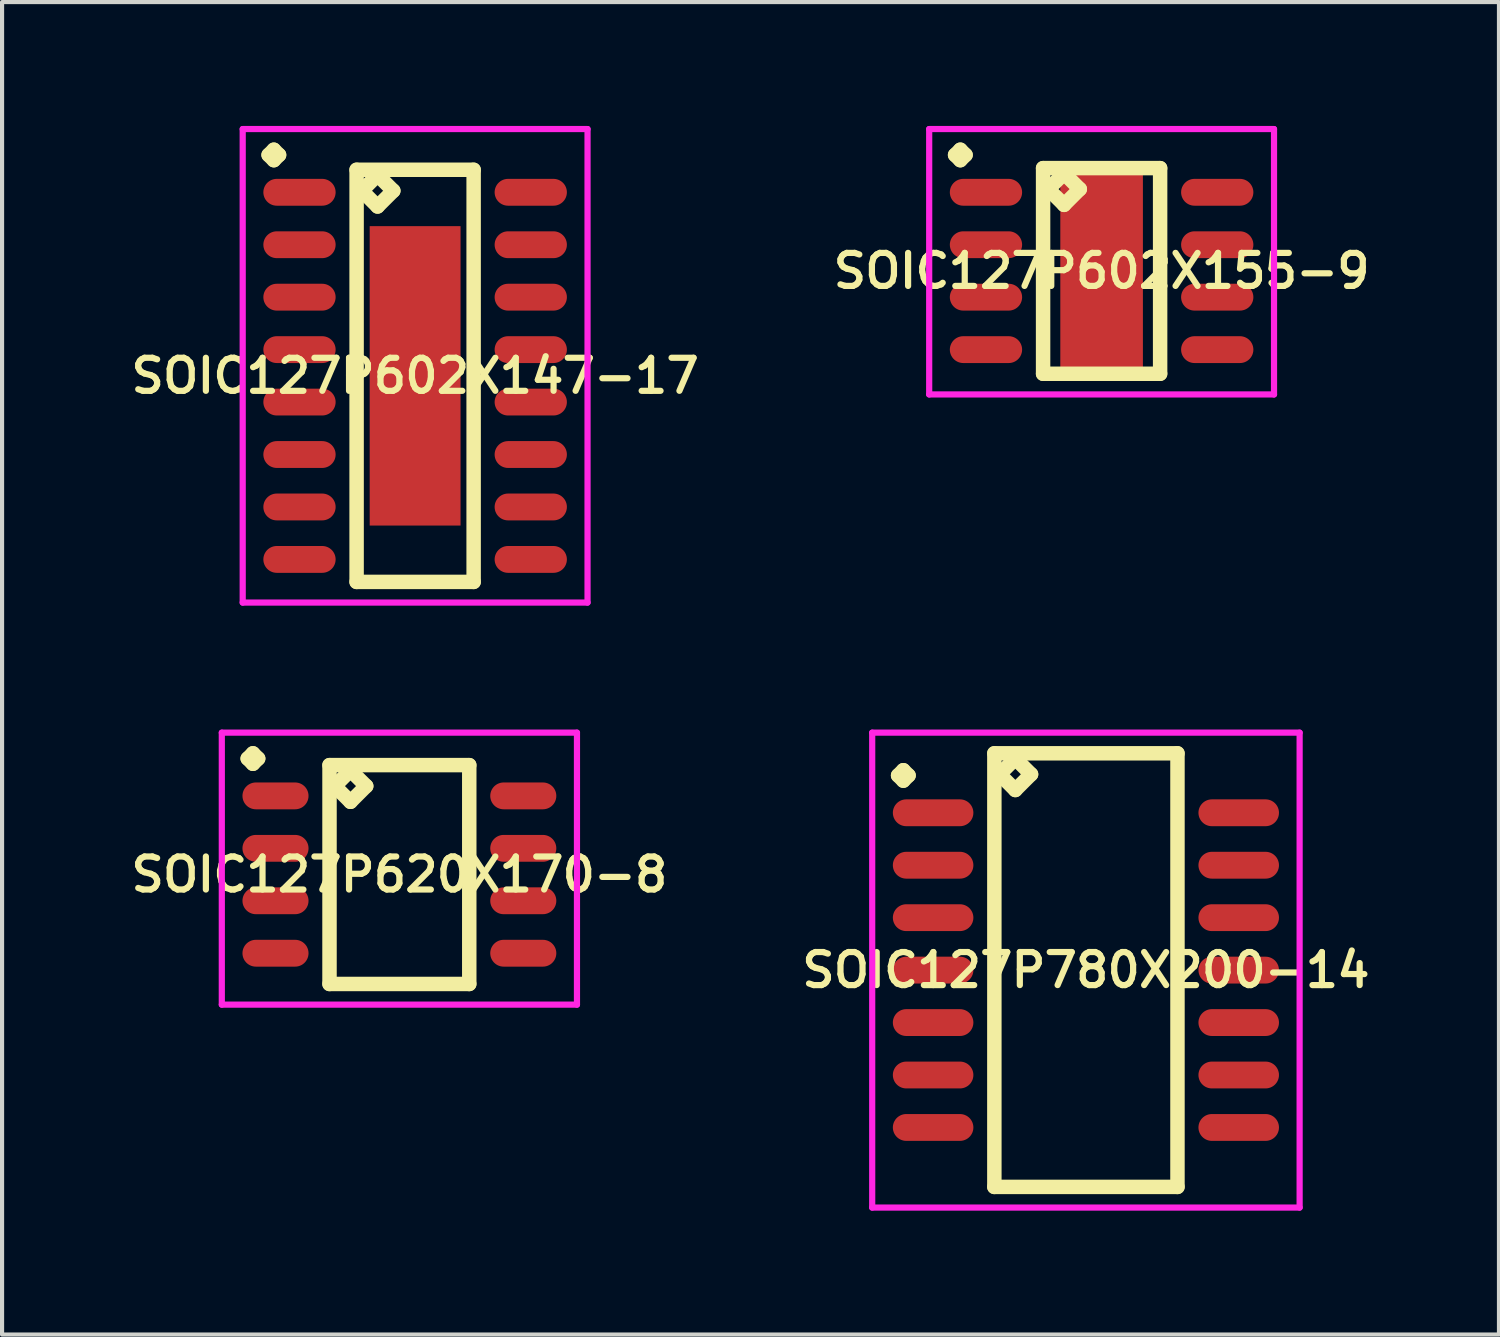
<source format=kicad_pcb>
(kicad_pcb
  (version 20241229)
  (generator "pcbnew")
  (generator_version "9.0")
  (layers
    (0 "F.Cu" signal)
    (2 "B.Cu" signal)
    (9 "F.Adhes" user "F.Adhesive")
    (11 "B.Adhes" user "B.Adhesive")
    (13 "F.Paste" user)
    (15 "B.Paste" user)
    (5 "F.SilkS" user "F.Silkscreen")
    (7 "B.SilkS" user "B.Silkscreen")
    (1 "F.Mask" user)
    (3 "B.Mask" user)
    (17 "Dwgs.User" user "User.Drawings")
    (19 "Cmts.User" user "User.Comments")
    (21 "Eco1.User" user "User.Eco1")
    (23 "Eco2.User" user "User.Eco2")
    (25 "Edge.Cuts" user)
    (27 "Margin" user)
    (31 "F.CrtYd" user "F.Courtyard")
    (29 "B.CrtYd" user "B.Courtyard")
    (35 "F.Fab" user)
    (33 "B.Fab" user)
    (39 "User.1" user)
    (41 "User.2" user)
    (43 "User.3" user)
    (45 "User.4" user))
  (footprint "SOIC127P620X170-8"
    (layer "F.Cu")
    (at 6.621 18.127)
    (property "Reference" "SOIC127P620X170-8" (at 0 0 0) (layer "F.SilkS") (effects (font (size 0.8 0.8) (thickness 0.15))))
    (attr smd)
    (fp_line (start -3.673 -2.809) (end -3.546 -2.936) (stroke (width 0.35) (type solid)) (layer "F.SilkS"))
    (fp_line (start -3.546 -2.936) (end -3.419 -2.809) (stroke (width 0.35) (type solid)) (layer "F.SilkS"))
    (fp_line (start -3.546 -2.682) (end -3.673 -2.809) (stroke (width 0.35) (type solid)) (layer "F.SilkS"))
    (fp_line (start -3.419 -2.809) (end -3.546 -2.682) (stroke (width 0.35) (type solid)) (layer "F.SilkS"))
    (fp_line (start -1.692 -2.65) (end -1.692 2.65) (stroke (width 0.35) (type solid)) (layer "F.SilkS"))
    (fp_line (start -1.692 2.65) (end 1.692 2.65) (stroke (width 0.35) (type solid)) (layer "F.SilkS"))
    (fp_line (start -1.565 -2.142) (end -1.184 -2.523) (stroke (width 0.35) (type solid)) (layer "F.SilkS"))
    (fp_line (start -1.184 -2.523) (end -0.803 -2.142) (stroke (width 0.35) (type solid)) (layer "F.SilkS"))
    (fp_line (start -1.184 -1.761) (end -1.565 -2.142) (stroke (width 0.35) (type solid)) (layer "F.SilkS"))
    (fp_line (start -0.803 -2.142) (end -1.184 -1.761) (stroke (width 0.35) (type solid)) (layer "F.SilkS"))
    (fp_line (start 1.692 -2.65) (end -1.692 -2.65) (stroke (width 0.35) (type solid)) (layer "F.SilkS"))
    (fp_line (start 1.692 2.65) (end 1.692 -2.65) (stroke (width 0.35) (type solid)) (layer "F.SilkS"))
    (fp_line (start -4.3 -3.436) (end 4.3 -3.436) (stroke (width 0.15) (type solid)) (layer "F.CrtYd"))
    (fp_line (start -4.3 3.15) (end -4.3 -3.436) (stroke (width 0.15) (type solid)) (layer "F.CrtYd"))
    (fp_line (start 4.3 -3.436) (end 4.3 3.15) (stroke (width 0.15) (type solid)) (layer "F.CrtYd"))
    (fp_line (start 4.3 3.15) (end -4.3 3.15) (stroke (width 0.15) (type solid)) (layer "F.CrtYd"))
    (pad "1" smd oval (at -3 -1.905) (size 1.6 0.65) (layers "F.Cu" "F.Mask" "F.Paste"))
    (pad "2" smd oval (at -3 -0.635) (size 1.6 0.65) (layers "F.Cu" "F.Mask" "F.Paste"))
    (pad "3" smd oval (at -3 0.635) (size 1.6 0.65) (layers "F.Cu" "F.Mask" "F.Paste"))
    (pad "4" smd oval (at -3 1.905) (size 1.6 0.65) (layers "F.Cu" "F.Mask" "F.Paste"))
    (pad "5" smd oval (at 3 1.905) (size 1.6 0.65) (layers "F.Cu" "F.Mask" "F.Paste"))
    (pad "6" smd oval (at 3 0.635) (size 1.6 0.65) (layers "F.Cu" "F.Mask" "F.Paste"))
    (pad "7" smd oval (at 3 -0.635) (size 1.6 0.65) (layers "F.Cu" "F.Mask" "F.Paste"))
    (pad "8" smd oval (at 3 -1.905) (size 1.6 0.65) (layers "F.Cu" "F.Mask" "F.Paste")))
  (footprint "SOIC127P602X147-17"
    (layer "F.Cu")
    (at 7.002 6.051)
    (property "Reference" "SOIC127P602X147-17" (at 0 0 0) (layer "F.SilkS") (effects (font (size 0.8 0.8) (thickness 0.15))))
    (attr smd)
    (fp_line (start -3.548 -5.349) (end -3.421 -5.476) (stroke (width 0.35) (type solid)) (layer "F.SilkS"))
    (fp_line (start -3.421 -5.476) (end -3.294 -5.349) (stroke (width 0.35) (type solid)) (layer "F.SilkS"))
    (fp_line (start -3.421 -5.222) (end -3.548 -5.349) (stroke (width 0.35) (type solid)) (layer "F.SilkS"))
    (fp_line (start -3.294 -5.349) (end -3.421 -5.222) (stroke (width 0.35) (type solid)) (layer "F.SilkS"))
    (fp_line (start -1.417 -4.99) (end -1.417 4.99) (stroke (width 0.35) (type solid)) (layer "F.SilkS"))
    (fp_line (start -1.417 4.99) (end 1.417 4.99) (stroke (width 0.35) (type solid)) (layer "F.SilkS"))
    (fp_line (start -1.29 -4.482) (end -0.909 -4.863) (stroke (width 0.35) (type solid)) (layer "F.SilkS"))
    (fp_line (start -0.909 -4.863) (end -0.528 -4.482) (stroke (width 0.35) (type solid)) (layer "F.SilkS"))
    (fp_line (start -0.909 -4.101) (end -1.29 -4.482) (stroke (width 0.35) (type solid)) (layer "F.SilkS"))
    (fp_line (start -0.528 -4.482) (end -0.909 -4.101) (stroke (width 0.35) (type solid)) (layer "F.SilkS"))
    (fp_line (start 1.417 -4.99) (end -1.417 -4.99) (stroke (width 0.35) (type solid)) (layer "F.SilkS"))
    (fp_line (start 1.417 4.99) (end 1.417 -4.99) (stroke (width 0.35) (type solid)) (layer "F.SilkS"))
    (fp_line (start -4.175 -5.976) (end 4.175 -5.976) (stroke (width 0.15) (type solid)) (layer "F.CrtYd"))
    (fp_line (start -4.175 5.49) (end -4.175 -5.976) (stroke (width 0.15) (type solid)) (layer "F.CrtYd"))
    (fp_line (start 4.175 -5.976) (end 4.175 5.49) (stroke (width 0.15) (type solid)) (layer "F.CrtYd"))
    (fp_line (start 4.175 5.49) (end -4.175 5.49) (stroke (width 0.15) (type solid)) (layer "F.CrtYd"))
    (pad "1" smd oval (at -2.8 -4.445) (size 1.75 0.65) (layers "F.Cu" "F.Mask" "F.Paste"))
    (pad "2" smd oval (at -2.8 -3.175) (size 1.75 0.65) (layers "F.Cu" "F.Mask" "F.Paste"))
    (pad "3" smd oval (at -2.8 -1.905) (size 1.75 0.65) (layers "F.Cu" "F.Mask" "F.Paste"))
    (pad "4" smd oval (at -2.8 -0.635) (size 1.75 0.65) (layers "F.Cu" "F.Mask" "F.Paste"))
    (pad "5" smd oval (at -2.8 0.635) (size 1.75 0.65) (layers "F.Cu" "F.Mask" "F.Paste"))
    (pad "6" smd oval (at -2.8 1.905) (size 1.75 0.65) (layers "F.Cu" "F.Mask" "F.Paste"))
    (pad "7" smd oval (at -2.8 3.175) (size 1.75 0.65) (layers "F.Cu" "F.Mask" "F.Paste"))
    (pad "8" smd oval (at -2.8 4.445) (size 1.75 0.65) (layers "F.Cu" "F.Mask" "F.Paste"))
    (pad "9" smd oval (at 2.8 4.445) (size 1.75 0.65) (layers "F.Cu" "F.Mask" "F.Paste"))
    (pad "10" smd oval (at 2.8 3.175) (size 1.75 0.65) (layers "F.Cu" "F.Mask" "F.Paste"))
    (pad "11" smd oval (at 2.8 1.905) (size 1.75 0.65) (layers "F.Cu" "F.Mask" "F.Paste"))
    (pad "12" smd oval (at 2.8 0.635) (size 1.75 0.65) (layers "F.Cu" "F.Mask" "F.Paste"))
    (pad "13" smd oval (at 2.8 -0.635) (size 1.75 0.65) (layers "F.Cu" "F.Mask" "F.Paste"))
    (pad "14" smd oval (at 2.8 -1.905) (size 1.75 0.65) (layers "F.Cu" "F.Mask" "F.Paste"))
    (pad "15" smd oval (at 2.8 -3.175) (size 1.75 0.65) (layers "F.Cu" "F.Mask" "F.Paste"))
    (pad "16" smd oval (at 2.8 -4.445) (size 1.75 0.65) (layers "F.Cu" "F.Mask" "F.Paste"))
    (pad "17" smd rect (at 0 0) (size 2.2 7.25) (layers "F.Cu" "F.Mask" "F.Paste")))
  (footprint "SOIC127P602X155-9"
    (layer "F.Cu")
    (at 23.625 3.511)
    (property "Reference" "SOIC127P602X155-9" (at 0 0 0) (layer "F.SilkS") (effects (font (size 0.8 0.8) (thickness 0.15))))
    (attr smd)
    (fp_line (start -3.548 -2.809) (end -3.421 -2.936) (stroke (width 0.35) (type solid)) (layer "F.SilkS"))
    (fp_line (start -3.421 -2.936) (end -3.294 -2.809) (stroke (width 0.35) (type solid)) (layer "F.SilkS"))
    (fp_line (start -3.421 -2.682) (end -3.548 -2.809) (stroke (width 0.35) (type solid)) (layer "F.SilkS"))
    (fp_line (start -3.294 -2.809) (end -3.421 -2.682) (stroke (width 0.35) (type solid)) (layer "F.SilkS"))
    (fp_line (start -1.417 -2.49) (end -1.417 2.49) (stroke (width 0.35) (type solid)) (layer "F.SilkS"))
    (fp_line (start -1.417 2.49) (end 1.417 2.49) (stroke (width 0.35) (type solid)) (layer "F.SilkS"))
    (fp_line (start -1.29 -1.982) (end -0.909 -2.363) (stroke (width 0.35) (type solid)) (layer "F.SilkS"))
    (fp_line (start -0.909 -2.363) (end -0.528 -1.982) (stroke (width 0.35) (type solid)) (layer "F.SilkS"))
    (fp_line (start -0.909 -1.601) (end -1.29 -1.982) (stroke (width 0.35) (type solid)) (layer "F.SilkS"))
    (fp_line (start -0.528 -1.982) (end -0.909 -1.601) (stroke (width 0.35) (type solid)) (layer "F.SilkS"))
    (fp_line (start 1.417 -2.49) (end -1.417 -2.49) (stroke (width 0.35) (type solid)) (layer "F.SilkS"))
    (fp_line (start 1.417 2.49) (end 1.417 -2.49) (stroke (width 0.35) (type solid)) (layer "F.SilkS"))
    (fp_line (start -4.175 -3.436) (end 4.175 -3.436) (stroke (width 0.15) (type solid)) (layer "F.CrtYd"))
    (fp_line (start -4.175 2.99) (end -4.175 -3.436) (stroke (width 0.15) (type solid)) (layer "F.CrtYd"))
    (fp_line (start 4.175 -3.436) (end 4.175 2.99) (stroke (width 0.15) (type solid)) (layer "F.CrtYd"))
    (fp_line (start 4.175 2.99) (end -4.175 2.99) (stroke (width 0.15) (type solid)) (layer "F.CrtYd"))
    (pad "1" smd oval (at -2.8 -1.905) (size 1.75 0.65) (layers "F.Cu" "F.Mask" "F.Paste"))
    (pad "2" smd oval (at -2.8 -0.635) (size 1.75 0.65) (layers "F.Cu" "F.Mask" "F.Paste"))
    (pad "3" smd oval (at -2.8 0.635) (size 1.75 0.65) (layers "F.Cu" "F.Mask" "F.Paste"))
    (pad "4" smd oval (at -2.8 1.905) (size 1.75 0.65) (layers "F.Cu" "F.Mask" "F.Paste"))
    (pad "5" smd oval (at 2.8 1.905) (size 1.75 0.65) (layers "F.Cu" "F.Mask" "F.Paste"))
    (pad "6" smd oval (at 2.8 0.635) (size 1.75 0.65) (layers "F.Cu" "F.Mask" "F.Paste"))
    (pad "7" smd oval (at 2.8 -0.635) (size 1.75 0.65) (layers "F.Cu" "F.Mask" "F.Paste"))
    (pad "8" smd oval (at 2.8 -1.905) (size 1.75 0.65) (layers "F.Cu" "F.Mask" "F.Paste"))
    (pad "9" smd rect (at 0 0) (size 2 4.95) (layers "F.Cu" "F.Mask" "F.Paste")))
  (footprint "SOIC127P780X200-14"
    (layer "F.Cu")
    (at 23.245 20.441)
    (property "Reference" "SOIC127P780X200-14" (at 0 0 0) (layer "F.SilkS") (effects (font (size 0.8 0.8) (thickness 0.15))))
    (attr smd)
    (fp_line (start -4.548 -4.714) (end -4.421 -4.841) (stroke (width 0.35) (type solid)) (layer "F.SilkS"))
    (fp_line (start -4.421 -4.841) (end -4.294 -4.714) (stroke (width 0.35) (type solid)) (layer "F.SilkS"))
    (fp_line (start -4.421 -4.587) (end -4.548 -4.714) (stroke (width 0.35) (type solid)) (layer "F.SilkS"))
    (fp_line (start -4.294 -4.714) (end -4.421 -4.587) (stroke (width 0.35) (type solid)) (layer "F.SilkS"))
    (fp_line (start -2.217 -5.25) (end -2.217 5.25) (stroke (width 0.35) (type solid)) (layer "F.SilkS"))
    (fp_line (start -2.217 5.25) (end 2.217 5.25) (stroke (width 0.35) (type solid)) (layer "F.SilkS"))
    (fp_line (start -2.09 -4.742) (end -1.709 -5.123) (stroke (width 0.35) (type solid)) (layer "F.SilkS"))
    (fp_line (start -1.709 -5.123) (end -1.328 -4.742) (stroke (width 0.35) (type solid)) (layer "F.SilkS"))
    (fp_line (start -1.709 -4.361) (end -2.09 -4.742) (stroke (width 0.35) (type solid)) (layer "F.SilkS"))
    (fp_line (start -1.328 -4.742) (end -1.709 -4.361) (stroke (width 0.35) (type solid)) (layer "F.SilkS"))
    (fp_line (start 2.217 -5.25) (end -2.217 -5.25) (stroke (width 0.35) (type solid)) (layer "F.SilkS"))
    (fp_line (start 2.217 5.25) (end 2.217 -5.25) (stroke (width 0.35) (type solid)) (layer "F.SilkS"))
    (fp_line (start -5.175 -5.75) (end 5.175 -5.75) (stroke (width 0.15) (type solid)) (layer "F.CrtYd"))
    (fp_line (start -5.175 5.75) (end -5.175 -5.75) (stroke (width 0.15) (type solid)) (layer "F.CrtYd"))
    (fp_line (start 5.175 -5.75) (end 5.175 5.75) (stroke (width 0.15) (type solid)) (layer "F.CrtYd"))
    (fp_line (start 5.175 5.75) (end -5.175 5.75) (stroke (width 0.15) (type solid)) (layer "F.CrtYd"))
    (pad "1" smd oval (at -3.7 -3.81) (size 1.95 0.65) (layers "F.Cu" "F.Mask" "F.Paste"))
    (pad "2" smd oval (at -3.7 -2.54) (size 1.95 0.65) (layers "F.Cu" "F.Mask" "F.Paste"))
    (pad "3" smd oval (at -3.7 -1.27) (size 1.95 0.65) (layers "F.Cu" "F.Mask" "F.Paste"))
    (pad "4" smd oval (at -3.7 0) (size 1.95 0.65) (layers "F.Cu" "F.Mask" "F.Paste"))
    (pad "5" smd oval (at -3.7 1.27) (size 1.95 0.65) (layers "F.Cu" "F.Mask" "F.Paste"))
    (pad "6" smd oval (at -3.7 2.54) (size 1.95 0.65) (layers "F.Cu" "F.Mask" "F.Paste"))
    (pad "7" smd oval (at -3.7 3.81) (size 1.95 0.65) (layers "F.Cu" "F.Mask" "F.Paste"))
    (pad "8" smd oval (at 3.7 3.81) (size 1.95 0.65) (layers "F.Cu" "F.Mask" "F.Paste"))
    (pad "9" smd oval (at 3.7 2.54) (size 1.95 0.65) (layers "F.Cu" "F.Mask" "F.Paste"))
    (pad "10" smd oval (at 3.7 1.27) (size 1.95 0.65) (layers "F.Cu" "F.Mask" "F.Paste"))
    (pad "11" smd oval (at 3.7 0) (size 1.95 0.65) (layers "F.Cu" "F.Mask" "F.Paste"))
    (pad "12" smd oval (at 3.7 -1.27) (size 1.95 0.65) (layers "F.Cu" "F.Mask" "F.Paste"))
    (pad "13" smd oval (at 3.7 -2.54) (size 1.95 0.65) (layers "F.Cu" "F.Mask" "F.Paste"))
    (pad "14" smd oval (at 3.7 -3.81) (size 1.95 0.65) (layers "F.Cu" "F.Mask" "F.Paste")))
  (gr_rect
    (start -3 -3)
    (end 33.247 29.266)
    (stroke (width 0.1) (type default))
    (fill no)
    (layer "Edge.Cuts")))
</source>
